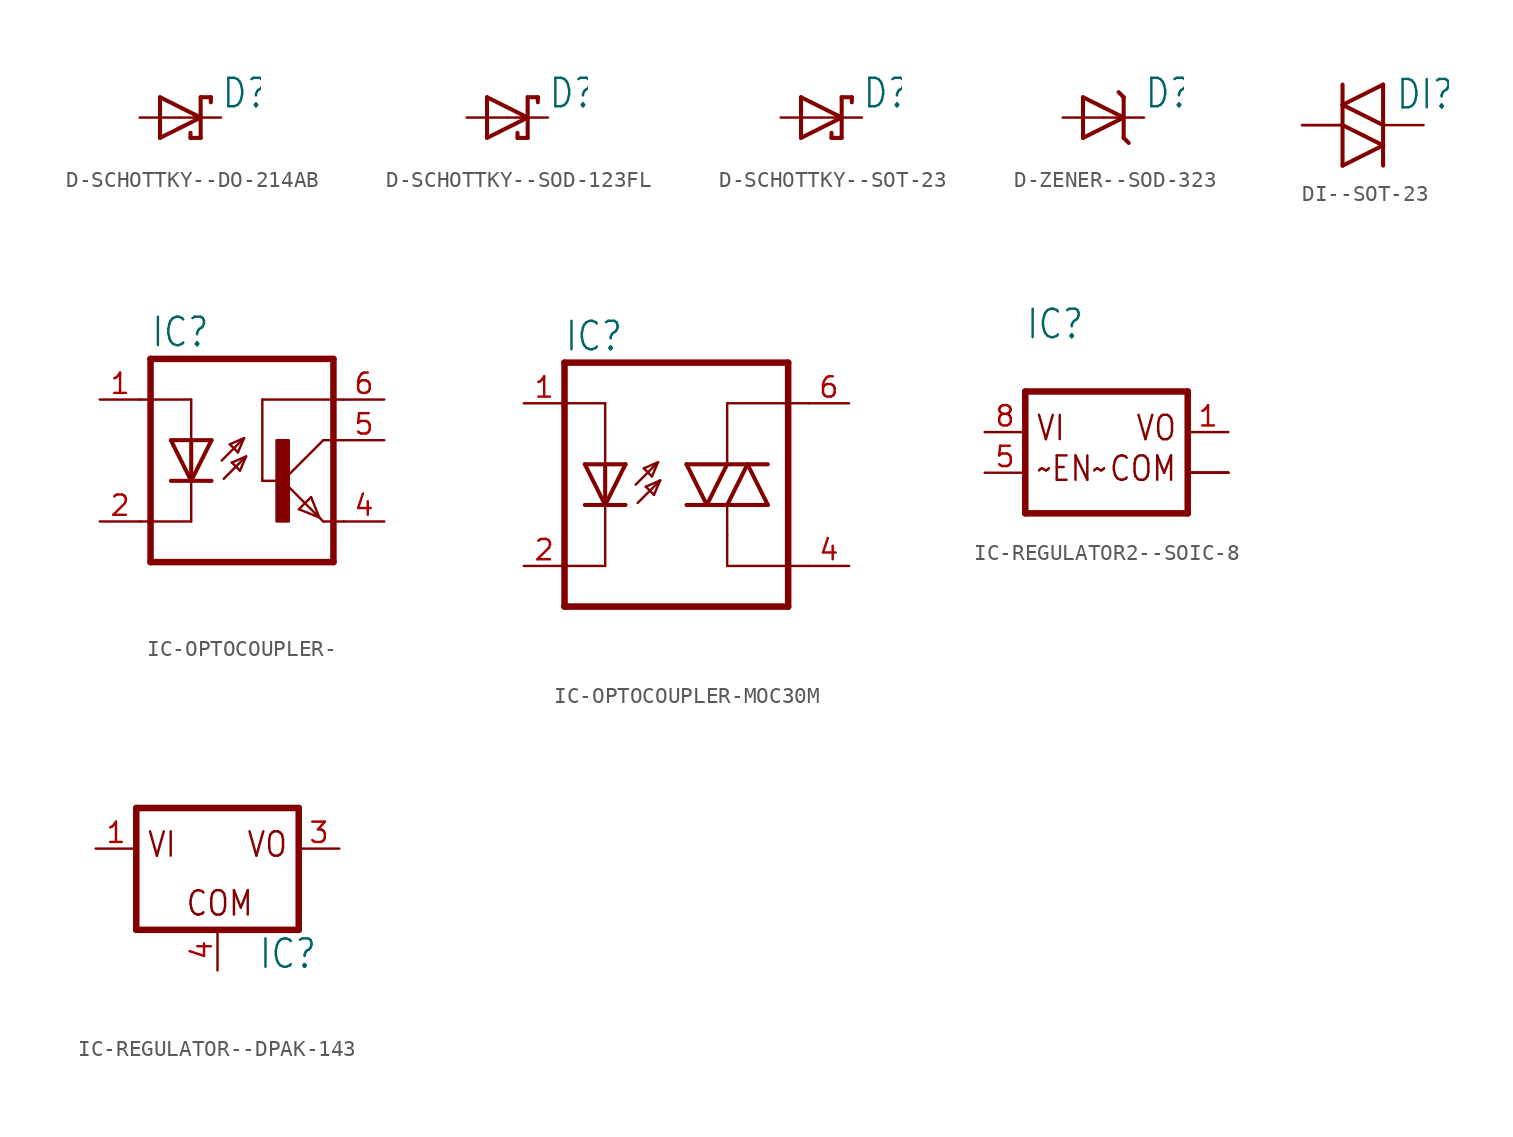
<source format=kicad_sym>
(kicad_symbol_lib
  (version 20231120)
  (generator "kicad_symbol_editor")
  (generator_version "8.0")
  (symbol "D-SCHOTTKY--DO-214AB"
    (property "Reference" "D"
      (at 2.54 0.483 0)
      (effects (font (size 1.778 1.511)) (justify left bottom)))
    (property "Value" ""
      (at 2.54 -2.311 0)
      (effects (font (size 1.778 1.511)) (justify left bottom)))
    (property "ki_locked" ""
      (at 0 0 0)
      (effects (font (size 1.27 1.27))))
    (symbol "D-SCHOTTKY--DO-214AB_1_0"
      (polyline (pts (xy -1.27 -1.27) (xy 1.27 0)) (stroke (width 0.254) (type solid)) (fill (type none)))
      (polyline (pts (xy -1.27 1.27) (xy -1.27 -1.27)) (stroke (width 0.254) (type solid)) (fill (type none)))
      (polyline (pts (xy 0.635 -1.27) (xy 0.635 -0.953)) (stroke (width 0.254) (type solid)) (fill (type none)))
      (polyline (pts (xy 1.27 -1.27) (xy 0.635 -1.27)) (stroke (width 0.254) (type solid)) (fill (type none)))
      (polyline (pts (xy 1.27 0) (xy -1.27 1.27)) (stroke (width 0.254) (type solid)) (fill (type none)))
      (polyline (pts (xy 1.27 0) (xy 1.27 -1.27)) (stroke (width 0.254) (type solid)) (fill (type none)))
      (polyline (pts (xy 1.27 1.27) (xy 1.27 0)) (stroke (width 0.254) (type solid)) (fill (type none)))
      (polyline (pts (xy 1.27 1.27) (xy 1.905 1.27)) (stroke (width 0.254) (type solid)) (fill (type none)))
      (polyline (pts (xy 1.905 1.27) (xy 1.905 0.953)) (stroke (width 0.254) (type solid)) (fill (type none)))
      (pin passive line (at -2.54 0 0) (length 2.54) (name "A" (effects (font (size 0 0)))) (number "A" (effects (font (size 0 0)))))
      (pin passive line (at 2.54 0 180) (length 2.54) (name "C" (effects (font (size 0 0)))) (number "C" (effects (font (size 0 0)))))))
  (symbol "D-SCHOTTKY--SOD-123FL"
    (property "Reference" "D"
      (at 2.54 0.483 0)
      (effects (font (size 1.778 1.511)) (justify left bottom)))
    (property "Value" ""
      (at 2.54 -2.311 0)
      (effects (font (size 1.778 1.511)) (justify left bottom)))
    (property "ki_locked" ""
      (at 0 0 0)
      (effects (font (size 1.27 1.27))))
    (symbol "D-SCHOTTKY--SOD-123FL_1_0"
      (polyline (pts (xy -1.27 -1.27) (xy 1.27 0)) (stroke (width 0.254) (type solid)) (fill (type none)))
      (polyline (pts (xy -1.27 1.27) (xy -1.27 -1.27)) (stroke (width 0.254) (type solid)) (fill (type none)))
      (polyline (pts (xy 0.635 -1.27) (xy 0.635 -0.953)) (stroke (width 0.254) (type solid)) (fill (type none)))
      (polyline (pts (xy 1.27 -1.27) (xy 0.635 -1.27)) (stroke (width 0.254) (type solid)) (fill (type none)))
      (polyline (pts (xy 1.27 0) (xy -1.27 1.27)) (stroke (width 0.254) (type solid)) (fill (type none)))
      (polyline (pts (xy 1.27 0) (xy 1.27 -1.27)) (stroke (width 0.254) (type solid)) (fill (type none)))
      (polyline (pts (xy 1.27 1.27) (xy 1.27 0)) (stroke (width 0.254) (type solid)) (fill (type none)))
      (polyline (pts (xy 1.27 1.27) (xy 1.905 1.27)) (stroke (width 0.254) (type solid)) (fill (type none)))
      (polyline (pts (xy 1.905 1.27) (xy 1.905 0.953)) (stroke (width 0.254) (type solid)) (fill (type none)))
      (pin passive line (at -2.54 0 0) (length 2.54) (name "A" (effects (font (size 0 0)))) (number "A" (effects (font (size 0 0)))))
      (pin passive line (at 2.54 0 180) (length 2.54) (name "C" (effects (font (size 0 0)))) (number "C" (effects (font (size 0 0)))))))
  (symbol "D-SCHOTTKY--SOT-23"
    (property "Reference" "D"
      (at 2.54 0.483 0)
      (effects (font (size 1.778 1.511)) (justify left bottom)))
    (property "Value" ""
      (at 2.54 -2.311 0)
      (effects (font (size 1.778 1.511)) (justify left bottom)))
    (property "ki_locked" ""
      (at 0 0 0)
      (effects (font (size 1.27 1.27))))
    (symbol "D-SCHOTTKY--SOT-23_1_0"
      (polyline (pts (xy -1.27 -1.27) (xy 1.27 0)) (stroke (width 0.254) (type solid)) (fill (type none)))
      (polyline (pts (xy -1.27 1.27) (xy -1.27 -1.27)) (stroke (width 0.254) (type solid)) (fill (type none)))
      (polyline (pts (xy 0.635 -1.27) (xy 0.635 -0.953)) (stroke (width 0.254) (type solid)) (fill (type none)))
      (polyline (pts (xy 1.27 -1.27) (xy 0.635 -1.27)) (stroke (width 0.254) (type solid)) (fill (type none)))
      (polyline (pts (xy 1.27 0) (xy -1.27 1.27)) (stroke (width 0.254) (type solid)) (fill (type none)))
      (polyline (pts (xy 1.27 0) (xy 1.27 -1.27)) (stroke (width 0.254) (type solid)) (fill (type none)))
      (polyline (pts (xy 1.27 1.27) (xy 1.27 0)) (stroke (width 0.254) (type solid)) (fill (type none)))
      (polyline (pts (xy 1.27 1.27) (xy 1.905 1.27)) (stroke (width 0.254) (type solid)) (fill (type none)))
      (polyline (pts (xy 1.905 1.27) (xy 1.905 0.953)) (stroke (width 0.254) (type solid)) (fill (type none)))
      (pin passive line (at -2.54 0 0) (length 2.54) (name "A" (effects (font (size 0 0)))) (number "1" (effects (font (size 0 0)))))
      (pin passive line (at 2.54 0 180) (length 2.54) (name "C" (effects (font (size 0 0)))) (number "3" (effects (font (size 0 0)))))))
  (symbol "D-ZENER--SOD-323"
    (property "Reference" "D"
      (at 2.54 0.483 0)
      (effects (font (size 1.778 1.511)) (justify left bottom)))
    (property "Value" ""
      (at 2.54 -2.311 0)
      (effects (font (size 1.778 1.511)) (justify left bottom)))
    (property "ki_locked" ""
      (at 0 0 0)
      (effects (font (size 1.27 1.27))))
    (symbol "D-ZENER--SOD-323_1_0"
      (polyline (pts (xy -1.27 -1.27) (xy 1.27 0)) (stroke (width 0.254) (type solid)) (fill (type none)))
      (polyline (pts (xy -1.27 1.27) (xy -1.27 -1.27)) (stroke (width 0.254) (type solid)) (fill (type none)))
      (polyline (pts (xy 1.27 -1.27) (xy 1.587 -1.587)) (stroke (width 0.254) (type solid)) (fill (type none)))
      (polyline (pts (xy 1.27 0) (xy -1.27 1.27)) (stroke (width 0.254) (type solid)) (fill (type none)))
      (polyline (pts (xy 1.27 0) (xy 1.27 -1.27)) (stroke (width 0.254) (type solid)) (fill (type none)))
      (polyline (pts (xy 1.27 1.27) (xy 0.953 1.587)) (stroke (width 0.254) (type solid)) (fill (type none)))
      (polyline (pts (xy 1.27 1.27) (xy 1.27 0)) (stroke (width 0.254) (type solid)) (fill (type none)))
      (pin passive line (at -2.54 0 0) (length 2.54) (name "A" (effects (font (size 0 0)))) (number "A" (effects (font (size 0 0)))))
      (pin passive line (at 2.54 0 180) (length 2.54) (name "C" (effects (font (size 0 0)))) (number "C" (effects (font (size 0 0)))))))
  (symbol "DI--SOT-23"
    (property "Reference" "DI"
      (at 0.762 0.889 0)
      (effects (font (size 1.778 1.511)) (justify left bottom)))
    (property "Value" ""
      (at 0.762 -2.667 0)
      (effects (font (size 1.778 1.511)) (justify left bottom)))
    (property "ki_locked" ""
      (at 0 0 0)
      (effects (font (size 1.27 1.27))))
    (symbol "DI--SOT-23_1_0"
      (polyline (pts (xy -2.54 -2.54) (xy 0 -1.27)) (stroke (width 0.254) (type solid)) (fill (type none)))
      (polyline (pts (xy -2.54 0) (xy -2.54 -2.54)) (stroke (width 0.254) (type solid)) (fill (type none)))
      (polyline (pts (xy -2.54 1.27) (xy -2.54 0)) (stroke (width 0.254) (type solid)) (fill (type none)))
      (polyline (pts (xy -2.54 1.27) (xy 0 2.54)) (stroke (width 0.254) (type solid)) (fill (type none)))
      (polyline (pts (xy -2.54 2.54) (xy -2.54 1.27)) (stroke (width 0.254) (type solid)) (fill (type none)))
      (polyline (pts (xy 0 -1.27) (xy -2.54 0)) (stroke (width 0.254) (type solid)) (fill (type none)))
      (polyline (pts (xy 0 -1.27) (xy 0 -2.54)) (stroke (width 0.254) (type solid)) (fill (type none)))
      (polyline (pts (xy 0 0) (xy -2.54 1.27)) (stroke (width 0.254) (type solid)) (fill (type none)))
      (polyline (pts (xy 0 0) (xy 0 -1.27)) (stroke (width 0.254) (type solid)) (fill (type none)))
      (polyline (pts (xy 0 2.54) (xy 0 0)) (stroke (width 0.254) (type solid)) (fill (type none)))
      (pin passive line (at -5.08 0 0) (length 2.54) (name "1" (effects (font (size 0 0)))) (number "1" (effects (font (size 0 0)))))
      (pin passive line (at -5.08 0 0) (length 2.54) (name "1" (effects (font (size 0 0)))) (number "2" (effects (font (size 0 0)))))
      (pin passive line (at 2.54 0 180) (length 2.54) (name "2" (effects (font (size 0 0)))) (number "3" (effects (font (size 0 0)))))))
  (symbol "IC-OPTOCOUPLER-"
    (property "Reference" "IC"
      (at -6.985 5.715 0)
      (effects (font (size 1.778 1.511)) (justify left bottom)))
    (property "Value" ""
      (at -6.985 -10.16 0)
      (effects (font (size 1.778 1.511)) (justify left bottom)))
    (property "ki_locked" ""
      (at 0 0 0)
      (effects (font (size 1.27 1.27))))
    (symbol "IC-OPTOCOUPLER-_1_0"
      (polyline (pts (xy -7.62 2.54) (xy -4.445 2.54)) (stroke (width 0.152) (type solid)) (fill (type none)))
      (polyline (pts (xy -6.985 -7.62) (xy 4.445 -7.62)) (stroke (width 0.406) (type solid)) (fill (type none)))
      (polyline (pts (xy -6.985 5.08) (xy -6.985 -7.62)) (stroke (width 0.406) (type solid)) (fill (type none)))
      (polyline (pts (xy -6.985 5.08) (xy 4.445 5.08)) (stroke (width 0.406) (type solid)) (fill (type none)))
      (polyline (pts (xy -4.445 -5.08) (xy -7.62 -5.08)) (stroke (width 0.152) (type solid)) (fill (type none)))
      (polyline (pts (xy -4.445 -2.54) (xy -5.715 -2.54)) (stroke (width 0.254) (type solid)) (fill (type none)))
      (polyline (pts (xy -4.445 -2.54) (xy -5.715 0)) (stroke (width 0.254) (type solid)) (fill (type none)))
      (polyline (pts (xy -4.445 -2.54) (xy -4.445 -5.08)) (stroke (width 0.152) (type solid)) (fill (type none)))
      (polyline (pts (xy -4.445 0) (xy -5.715 0)) (stroke (width 0.254) (type solid)) (fill (type none)))
      (polyline (pts (xy -4.445 0) (xy -4.445 -2.54)) (stroke (width 0.254) (type solid)) (fill (type none)))
      (polyline (pts (xy -4.445 2.54) (xy -4.445 0)) (stroke (width 0.152) (type solid)) (fill (type none)))
      (polyline (pts (xy -3.175 -2.54) (xy -4.445 -2.54)) (stroke (width 0.254) (type solid)) (fill (type none)))
      (polyline (pts (xy -3.175 0) (xy -4.445 -2.54)) (stroke (width 0.254) (type solid)) (fill (type none)))
      (polyline (pts (xy -3.175 0) (xy -4.445 0)) (stroke (width 0.254) (type solid)) (fill (type none)))
      (polyline (pts (xy -2.54 -1.27) (xy -1.143 0.127)) (stroke (width 0.152) (type solid)) (fill (type none)))
      (polyline (pts (xy -2.413 -2.413) (xy -1.016 -1.016)) (stroke (width 0.152) (type solid)) (fill (type none)))
      (polyline (pts (xy -2.032 -0.254) (xy -1.524 -0.762)) (stroke (width 0.152) (type solid)) (fill (type none)))
      (polyline (pts (xy -1.905 -1.397) (xy -1.397 -1.905)) (stroke (width 0.152) (type solid)) (fill (type none)))
      (polyline (pts (xy -1.524 -0.762) (xy -1.143 0.127)) (stroke (width 0.152) (type solid)) (fill (type none)))
      (polyline (pts (xy -1.397 -1.905) (xy -1.016 -1.016)) (stroke (width 0.152) (type solid)) (fill (type none)))
      (polyline (pts (xy -1.143 0.127) (xy -2.032 -0.254)) (stroke (width 0.152) (type solid)) (fill (type none)))
      (polyline (pts (xy -1.016 -1.016) (xy -1.905 -1.397)) (stroke (width 0.152) (type solid)) (fill (type none)))
      (polyline (pts (xy 0 -2.54) (xy 0 2.54)) (stroke (width 0.152) (type solid)) (fill (type none)))
      (polyline (pts (xy 0 -2.54) (xy 1.016 -2.54)) (stroke (width 0.152) (type solid)) (fill (type none)))
      (polyline (pts (xy 0 2.54) (xy 5.08 2.54)) (stroke (width 0.152) (type solid)) (fill (type none)))
      (polyline (pts (xy 1.27 -2.54) (xy 3.556 -4.826)) (stroke (width 0.152) (type solid)) (fill (type none)))
      (polyline (pts (xy 2.286 -4.318) (xy 3.048 -3.556)) (stroke (width 0.152) (type solid)) (fill (type none)))
      (polyline (pts (xy 3.048 -3.556) (xy 3.556 -4.826)) (stroke (width 0.152) (type solid)) (fill (type none)))
      (polyline (pts (xy 3.556 -4.826) (xy 2.286 -4.318)) (stroke (width 0.152) (type solid)) (fill (type none)))
      (polyline (pts (xy 3.556 -4.826) (xy 3.81 -5.08)) (stroke (width 0.152) (type solid)) (fill (type none)))
      (polyline (pts (xy 3.81 -5.08) (xy 5.08 -5.08)) (stroke (width 0.152) (type solid)) (fill (type none)))
      (polyline (pts (xy 3.81 0) (xy 1.27 -2.54)) (stroke (width 0.152) (type solid)) (fill (type none)))
      (polyline (pts (xy 3.81 0) (xy 5.08 0)) (stroke (width 0.152) (type solid)) (fill (type none)))
      (polyline (pts (xy 4.445 5.08) (xy 4.445 -7.62)) (stroke (width 0.406) (type solid)) (fill (type none)))
      (rectangle (start 0.889 -5.08) (end 1.651 0) (stroke (width 0) (type default)) (fill (type outline)))
      (pin passive line (at -10.16 2.54 0) (length 2.54) (name "A" (effects (font (size 0 0)))) (number "1" (effects (font (size 1.27 1.27)))))
      (pin passive line (at -10.16 -5.08 0) (length 2.54) (name "C" (effects (font (size 0 0)))) (number "2" (effects (font (size 1.27 1.27)))))
      (pin passive line (at 7.62 -5.08 180) (length 2.54) (name "EMI" (effects (font (size 0 0)))) (number "4" (effects (font (size 1.27 1.27)))))
      (pin passive line (at 7.62 0 180) (length 2.54) (name "COL" (effects (font (size 0 0)))) (number "5" (effects (font (size 1.27 1.27)))))
      (pin passive line (at 7.62 2.54 180) (length 2.54) (name "BAS" (effects (font (size 0 0)))) (number "6" (effects (font (size 1.27 1.27)))))))
  (symbol "IC-OPTOCOUPLER-MOC30M"
    (property "Reference" "IC"
      (at -7.645 8.23 0)
      (effects (font (size 1.778 1.511)) (justify left bottom)))
    (property "Value" ""
      (at -7.645 -10.084 0)
      (effects (font (size 1.778 1.511)) (justify left bottom)))
    (property "ki_locked" ""
      (at 0 0 0)
      (effects (font (size 1.27 1.27))))
    (symbol "IC-OPTOCOUPLER-MOC30M_1_0"
      (polyline (pts (xy -7.62 -7.62) (xy 6.35 -7.62)) (stroke (width 0.406) (type solid)) (fill (type none)))
      (polyline (pts (xy -7.62 -5.08) (xy -7.62 -7.62)) (stroke (width 0.406) (type solid)) (fill (type none)))
      (polyline (pts (xy -7.62 5.08) (xy -7.62 -5.08)) (stroke (width 0.406) (type solid)) (fill (type none)))
      (polyline (pts (xy -7.62 7.62) (xy -7.62 5.08)) (stroke (width 0.406) (type solid)) (fill (type none)))
      (polyline (pts (xy -7.62 7.62) (xy 6.35 7.62)) (stroke (width 0.406) (type solid)) (fill (type none)))
      (polyline (pts (xy -5.08 -5.08) (xy -7.62 -5.08)) (stroke (width 0.152) (type solid)) (fill (type none)))
      (polyline (pts (xy -5.08 -1.27) (xy -6.35 -1.27)) (stroke (width 0.254) (type solid)) (fill (type none)))
      (polyline (pts (xy -5.08 -1.27) (xy -6.35 1.27)) (stroke (width 0.254) (type solid)) (fill (type none)))
      (polyline (pts (xy -5.08 -1.27) (xy -5.08 -5.08)) (stroke (width 0.152) (type solid)) (fill (type none)))
      (polyline (pts (xy -5.08 1.27) (xy -6.35 1.27)) (stroke (width 0.254) (type solid)) (fill (type none)))
      (polyline (pts (xy -5.08 1.27) (xy -5.08 -1.27)) (stroke (width 0.254) (type solid)) (fill (type none)))
      (polyline (pts (xy -5.08 5.08) (xy -7.62 5.08)) (stroke (width 0.152) (type solid)) (fill (type none)))
      (polyline (pts (xy -5.08 5.08) (xy -5.08 1.27)) (stroke (width 0.152) (type solid)) (fill (type none)))
      (polyline (pts (xy -3.81 -1.27) (xy -5.08 -1.27)) (stroke (width 0.254) (type solid)) (fill (type none)))
      (polyline (pts (xy -3.81 1.27) (xy -5.08 -1.27)) (stroke (width 0.254) (type solid)) (fill (type none)))
      (polyline (pts (xy -3.81 1.27) (xy -5.08 1.27)) (stroke (width 0.254) (type solid)) (fill (type none)))
      (polyline (pts (xy -3.175 0) (xy -1.778 1.397)) (stroke (width 0.152) (type solid)) (fill (type none)))
      (polyline (pts (xy -3.048 -1.143) (xy -1.651 0.254)) (stroke (width 0.152) (type solid)) (fill (type none)))
      (polyline (pts (xy -2.667 1.016) (xy -2.159 0.508)) (stroke (width 0.152) (type solid)) (fill (type none)))
      (polyline (pts (xy -2.54 -0.127) (xy -2.032 -0.635)) (stroke (width 0.152) (type solid)) (fill (type none)))
      (polyline (pts (xy -2.159 0.508) (xy -1.778 1.397)) (stroke (width 0.152) (type solid)) (fill (type none)))
      (polyline (pts (xy -2.032 -0.635) (xy -1.651 0.254)) (stroke (width 0.152) (type solid)) (fill (type none)))
      (polyline (pts (xy -1.778 1.397) (xy -2.667 1.016)) (stroke (width 0.152) (type solid)) (fill (type none)))
      (polyline (pts (xy -1.651 0.254) (xy -2.54 -0.127)) (stroke (width 0.152) (type solid)) (fill (type none)))
      (polyline (pts (xy 1.27 -1.27) (xy 0 -1.27)) (stroke (width 0.254) (type solid)) (fill (type none)))
      (polyline (pts (xy 1.27 -1.27) (xy 0 1.27)) (stroke (width 0.254) (type solid)) (fill (type none)))
      (polyline (pts (xy 2.54 -5.08) (xy 7.62 -5.08)) (stroke (width 0.152) (type solid)) (fill (type none)))
      (polyline (pts (xy 2.54 -3.175) (xy 2.54 -5.08)) (stroke (width 0.152) (type solid)) (fill (type none)))
      (polyline (pts (xy 2.54 -3.175) (xy 2.54 -1.27)) (stroke (width 0.152) (type solid)) (fill (type none)))
      (polyline (pts (xy 2.54 -1.27) (xy 1.27 -1.27)) (stroke (width 0.254) (type solid)) (fill (type none)))
      (polyline (pts (xy 2.54 -1.27) (xy 3.81 1.27)) (stroke (width 0.254) (type solid)) (fill (type none)))
      (polyline (pts (xy 2.54 -1.27) (xy 5.08 -1.27)) (stroke (width 0.254) (type solid)) (fill (type none)))
      (polyline (pts (xy 2.54 1.27) (xy 0 1.27)) (stroke (width 0.254) (type solid)) (fill (type none)))
      (polyline (pts (xy 2.54 1.27) (xy 1.27 -1.27)) (stroke (width 0.254) (type solid)) (fill (type none)))
      (polyline (pts (xy 2.54 1.27) (xy 2.54 5.08)) (stroke (width 0.152) (type solid)) (fill (type none)))
      (polyline (pts (xy 2.54 1.27) (xy 3.81 1.27)) (stroke (width 0.254) (type solid)) (fill (type none)))
      (polyline (pts (xy 2.54 5.08) (xy 7.62 5.08)) (stroke (width 0.152) (type solid)) (fill (type none)))
      (polyline (pts (xy 3.81 1.27) (xy 5.08 -1.27)) (stroke (width 0.254) (type solid)) (fill (type none)))
      (polyline (pts (xy 3.81 1.27) (xy 5.08 1.27)) (stroke (width 0.254) (type solid)) (fill (type none)))
      (polyline (pts (xy 6.35 7.62) (xy 6.35 -7.62)) (stroke (width 0.406) (type solid)) (fill (type none)))
      (pin passive line (at -10.16 5.08 0) (length 2.54) (name "A" (effects (font (size 0 0)))) (number "1" (effects (font (size 1.27 1.27)))))
      (pin passive line (at -10.16 -5.08 0) (length 2.54) (name "C" (effects (font (size 0 0)))) (number "2" (effects (font (size 1.27 1.27)))))
      (pin passive line (at 10.16 -5.08 180) (length 2.54) (name "A1" (effects (font (size 0 0)))) (number "4" (effects (font (size 1.27 1.27)))))
      (pin passive line (at 10.16 5.08 180) (length 2.54) (name "A2" (effects (font (size 0 0)))) (number "6" (effects (font (size 1.27 1.27)))))))
  (symbol "IC-REGULATOR2--SOIC-8"
    (property "Reference" "IC"
      (at -5.08 5.715 0)
      (effects (font (size 1.778 1.511)) (justify left bottom)))
    (property "Value" ""
      (at -5.08 3.175 0)
      (effects (font (size 1.778 1.511)) (justify left bottom)))
    (property "ki_locked" ""
      (at 0 0 0)
      (effects (font (size 1.27 1.27))))
    (symbol "IC-REGULATOR2--SOIC-8_1_0"
      (polyline (pts (xy -5.08 -5.08) (xy 5.08 -5.08)) (stroke (width 0.406) (type solid)) (fill (type none)))
      (polyline (pts (xy -5.08 2.54) (xy -5.08 -5.08)) (stroke (width 0.406) (type solid)) (fill (type none)))
      (polyline (pts (xy 5.08 -5.08) (xy 5.08 2.54)) (stroke (width 0.406) (type solid)) (fill (type none)))
      (polyline (pts (xy 5.08 2.54) (xy -5.08 2.54)) (stroke (width 0.406) (type solid)) (fill (type none)))
      (text "COM" (at 4.445 -3.175 0) (effects (font (size 1.524 1.295)) (justify right bottom)))
      (text "VI" (at -4.445 -0.635 0) (effects (font (size 1.524 1.295)) (justify left bottom)))
      (text "VO" (at 4.445 -0.635 0) (effects (font (size 1.524 1.295)) (justify right bottom)))
      (text "~EN~" (at -4.445 -3.175 0) (effects (font (size 1.524 1.295)) (justify left bottom)))
      (pin passive line (at 7.62 0 180) (length 2.54) (name "VO" (effects (font (size 0 0)))) (number "1" (effects (font (size 1.27 1.27)))))
      (pin input line (at 7.62 -2.54 180) (length 2.54) (name "COM" (effects (font (size 0 0)))) (number "2" (effects (font (size 0 0)))))
      (pin input line (at 7.62 -2.54 180) (length 2.54) (name "COM" (effects (font (size 0 0)))) (number "3" (effects (font (size 0 0)))))
      (pin input line (at -7.62 -2.54 0) (length 2.54) (name "~{EN}" (effects (font (size 0 0)))) (number "5" (effects (font (size 1.27 1.27)))))
      (pin input line (at 7.62 -2.54 180) (length 2.54) (name "COM" (effects (font (size 0 0)))) (number "6" (effects (font (size 0 0)))))
      (pin input line (at 7.62 -2.54 180) (length 2.54) (name "COM" (effects (font (size 0 0)))) (number "7" (effects (font (size 0 0)))))
      (pin input line (at -7.62 0 0) (length 2.54) (name "VI" (effects (font (size 0 0)))) (number "8" (effects (font (size 1.27 1.27)))))))
  (symbol "IC-REGULATOR--DPAK-143"
    (property "Reference" "IC"
      (at 2.54 -7.62 0)
      (effects (font (size 1.778 1.511)) (justify left bottom)))
    (property "Value" ""
      (at 2.54 -10.16 0)
      (effects (font (size 1.778 1.511)) (justify left bottom)))
    (property "ki_locked" ""
      (at 0 0 0)
      (effects (font (size 1.27 1.27))))
    (symbol "IC-REGULATOR--DPAK-143_1_0"
      (polyline (pts (xy -5.08 -5.08) (xy 5.08 -5.08)) (stroke (width 0.406) (type solid)) (fill (type none)))
      (polyline (pts (xy -5.08 2.54) (xy -5.08 -5.08)) (stroke (width 0.406) (type solid)) (fill (type none)))
      (polyline (pts (xy 5.08 -5.08) (xy 5.08 2.54)) (stroke (width 0.406) (type solid)) (fill (type none)))
      (polyline (pts (xy 5.08 2.54) (xy -5.08 2.54)) (stroke (width 0.406) (type solid)) (fill (type none)))
      (text "COM" (at -2.032 -4.318 0) (effects (font (size 1.524 1.295)) (justify left bottom)))
      (text "VI" (at -4.445 -0.635 0) (effects (font (size 1.524 1.295)) (justify left bottom)))
      (text "VO" (at 4.445 -0.635 0) (effects (font (size 1.524 1.295)) (justify right bottom)))
      (pin input line (at -7.62 0 0) (length 2.54) (name "VI" (effects (font (size 0 0)))) (number "1" (effects (font (size 1.27 1.27)))))
      (pin passive line (at 7.62 0 180) (length 2.54) (name "VO" (effects (font (size 0 0)))) (number "3" (effects (font (size 1.27 1.27)))))
      (pin input line (at 0 -7.62 90) (length 2.54) (name "COM" (effects (font (size 0 0)))) (number "4" (effects (font (size 1.27 1.27))))))))
</source>
